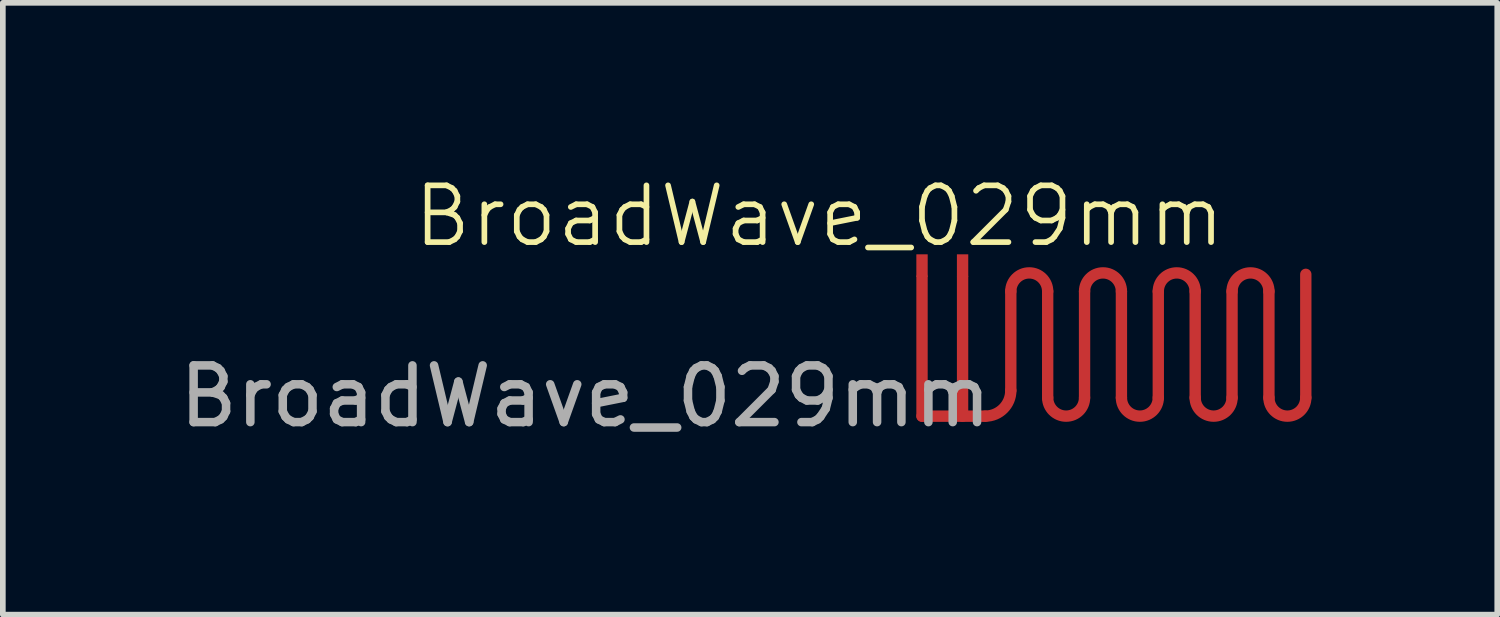
<source format=kicad_pcb>
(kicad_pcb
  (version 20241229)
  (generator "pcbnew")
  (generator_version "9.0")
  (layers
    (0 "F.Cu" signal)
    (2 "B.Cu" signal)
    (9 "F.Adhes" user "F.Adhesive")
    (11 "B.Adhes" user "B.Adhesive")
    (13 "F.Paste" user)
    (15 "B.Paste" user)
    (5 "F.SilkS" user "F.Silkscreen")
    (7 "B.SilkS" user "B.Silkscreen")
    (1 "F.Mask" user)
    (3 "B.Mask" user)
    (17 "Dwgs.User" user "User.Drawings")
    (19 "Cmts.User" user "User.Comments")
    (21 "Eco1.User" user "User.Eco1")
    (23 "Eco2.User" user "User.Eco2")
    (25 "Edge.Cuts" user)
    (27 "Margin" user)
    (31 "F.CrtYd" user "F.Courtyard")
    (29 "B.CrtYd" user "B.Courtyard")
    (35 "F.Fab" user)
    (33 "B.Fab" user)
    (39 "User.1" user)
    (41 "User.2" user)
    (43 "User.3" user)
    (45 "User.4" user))
  (footprint "BroadWave_029mm"
    (layer "F.Cu")
    (at 16.728 2.943)
    (property "Reference" "BroadWave_029mm" (at -5.335 -2.183 0) (unlocked yes) (layer "F.SilkS") (effects (font (size 1 1) (thickness 0.1))))
    (fp_line (start -3.525 -1.107) (end -3.525 1.343) (stroke (width 0.2) (type default)) (layer "F.Cu"))
    (fp_line (start -3.525 1.343) (end -2.41 1.343) (stroke (width 0.2) (type default)) (layer "F.Cu"))
    (fp_line (start -2.81 -1.107) (end -2.81 1.343) (stroke (width 0.2) (type default)) (layer "F.Cu"))
    (fp_line (start -1.96 -0.858) (end -1.96 0.892) (stroke (width 0.2) (type default)) (layer "F.Cu"))
    (fp_line (start -1.31 1.018) (end -1.31 -0.858) (stroke (width 0.2) (type default)) (layer "F.Cu"))
    (fp_line (start -0.66 -0.858) (end -0.66 1.018) (stroke (width 0.2) (type default)) (layer "F.Cu"))
    (fp_line (start -0.01 1.018) (end -0.01 -0.858) (stroke (width 0.2) (type default)) (layer "F.Cu"))
    (fp_line (start 0.64 -0.858) (end 0.64 1.018) (stroke (width 0.2) (type default)) (layer "F.Cu"))
    (fp_line (start 1.29 1.018) (end 1.29 -0.858) (stroke (width 0.2) (type default)) (layer "F.Cu"))
    (fp_line (start 1.94 -0.858) (end 1.94 1.018) (stroke (width 0.2) (type default)) (layer "F.Cu"))
    (fp_line (start 2.59 1.018) (end 2.59 -0.858) (stroke (width 0.2) (type default)) (layer "F.Cu"))
    (fp_line (start 3.24 1.018) (end 3.24 -1.157) (stroke (width 0.2) (type default)) (layer "F.Cu"))
    (fp_arc (start -1.96 -0.8575) (mid -1.635 -1.1825) (end -1.31 -0.8575) (stroke (width 0.2) (type default)) (layer "F.Cu"))
    (fp_arc (start -1.96 0.8925) (mid -2.091802 1.210698) (end -2.41 1.3425) (stroke (width 0.2) (type default)) (layer "F.Cu"))
    (fp_arc (start -0.66 -0.8575) (mid -0.335 -1.1825) (end -0.01 -0.8575) (stroke (width 0.2) (type default)) (layer "F.Cu"))
    (fp_arc (start -0.66 1.0175) (mid -0.985 1.3425) (end -1.31 1.0175) (stroke (width 0.2) (type default)) (layer "F.Cu"))
    (fp_arc (start 0.64 -0.8575) (mid 0.965 -1.1825) (end 1.29 -0.8575) (stroke (width 0.2) (type default)) (layer "F.Cu"))
    (fp_arc (start 0.64 1.0175) (mid 0.315 1.3425) (end -0.01 1.0175) (stroke (width 0.2) (type default)) (layer "F.Cu"))
    (fp_arc (start 1.94 -0.8575) (mid 2.265 -1.1825) (end 2.59 -0.8575) (stroke (width 0.2) (type default)) (layer "F.Cu"))
    (fp_arc (start 1.94 1.0175) (mid 1.615 1.3425) (end 1.29 1.0175) (stroke (width 0.2) (type default)) (layer "F.Cu"))
    (fp_arc (start 3.24 1.0175) (mid 2.915 1.3425) (end 2.59 1.0175) (stroke (width 0.2) (type default)) (layer "F.Cu"))
    (fp_line (start -3.525 -1.107) (end -3.525 1.343) (stroke (width 0.2) (type default)) (layer "F.Mask"))
    (fp_line (start -3.525 1.343) (end -2.41 1.343) (stroke (width 0.2) (type default)) (layer "F.Mask"))
    (fp_line (start -2.81 -1.107) (end -2.81 1.343) (stroke (width 0.2) (type default)) (layer "F.Mask"))
    (fp_line (start -1.96 -0.858) (end -1.96 0.892) (stroke (width 0.2) (type default)) (layer "F.Mask"))
    (fp_line (start -1.31 1.018) (end -1.31 -0.858) (stroke (width 0.2) (type default)) (layer "F.Mask"))
    (fp_line (start -0.66 -0.858) (end -0.66 1.018) (stroke (width 0.2) (type default)) (layer "F.Mask"))
    (fp_line (start -0.01 1.018) (end -0.01 -0.858) (stroke (width 0.2) (type default)) (layer "F.Mask"))
    (fp_line (start 0.64 -0.858) (end 0.64 1.018) (stroke (width 0.2) (type default)) (layer "F.Mask"))
    (fp_line (start 1.29 1.018) (end 1.29 -0.858) (stroke (width 0.2) (type default)) (layer "F.Mask"))
    (fp_line (start 1.94 -0.858) (end 1.94 1.018) (stroke (width 0.2) (type default)) (layer "F.Mask"))
    (fp_line (start 2.59 1.018) (end 2.59 -0.858) (stroke (width 0.2) (type default)) (layer "F.Mask"))
    (fp_line (start 3.24 1.018) (end 3.24 -1.157) (stroke (width 0.2) (type default)) (layer "F.Mask"))
    (fp_arc (start -1.96 -0.8575) (mid -1.635 -1.1825) (end -1.31 -0.8575) (stroke (width 0.2) (type default)) (layer "F.Mask"))
    (fp_arc (start -1.96 0.8925) (mid -2.091802 1.210698) (end -2.41 1.3425) (stroke (width 0.2) (type default)) (layer "F.Mask"))
    (fp_arc (start -0.66 -0.8575) (mid -0.335 -1.1825) (end -0.01 -0.8575) (stroke (width 0.2) (type default)) (layer "F.Mask"))
    (fp_arc (start -0.66 1.0175) (mid -0.985 1.3425) (end -1.31 1.0175) (stroke (width 0.2) (type default)) (layer "F.Mask"))
    (fp_arc (start 0.64 -0.8575) (mid 0.965 -1.1825) (end 1.29 -0.8575) (stroke (width 0.2) (type default)) (layer "F.Mask"))
    (fp_arc (start 0.64 1.0175) (mid 0.315 1.3425) (end -0.01 1.0175) (stroke (width 0.2) (type default)) (layer "F.Mask"))
    (fp_arc (start 1.94 -0.8575) (mid 2.265 -1.1825) (end 2.59 -0.8575) (stroke (width 0.2) (type default)) (layer "F.Mask"))
    (fp_arc (start 1.94 1.0175) (mid 1.615 1.3425) (end 1.29 1.0175) (stroke (width 0.2) (type default)) (layer "F.Mask"))
    (fp_arc (start 3.24 1.0175) (mid 2.915 1.3425) (end 2.59 1.0175) (stroke (width 0.2) (type default)) (layer "F.Mask"))
    (fp_line (start -3.41 -0.858) (end 3.54 -0.858) (stroke (width 0.1) (type default)) (layer "User.1"))
    (fp_line (start -1.96 0.892) (end -1.96 -1.208) (stroke (width 0.1) (type default)) (layer "User.1"))
    (fp_line (start -1.31 -0.858) (end -1.31 1.643) (stroke (width 0.1) (type default)) (layer "User.1"))
    (fp_line (start -0.66 1.018) (end -0.66 -1.357) (stroke (width 0.1) (type default)) (layer "User.1"))
    (fp_rect (start -3.845 -1.357) (end 3.565 1.643) (stroke (width 0.1) (type default)) (fill no) (layer "User.1"))
    (fp_text user "${REFERENCE}" (at -9.46 0.993 0) (unlocked yes) (layer "F.Fab") (effects (font (size 1 1) (thickness 0.15))))
    (pad "1" smd rect (at -3.525 -1.31) (size 0.2 0.4) (layers "F.Cu" "F.Mask" "F.Paste"))
    (pad "2" smd rect (at -2.81 -1.31) (size 0.2 0.4) (layers "F.Cu" "F.Mask" "F.Paste")))
  (gr_rect
    (start -3 -3)
    (end 23.343 7.784)
    (stroke (width 0.1) (type default))
    (fill no)
    (layer "Edge.Cuts")))
</source>
